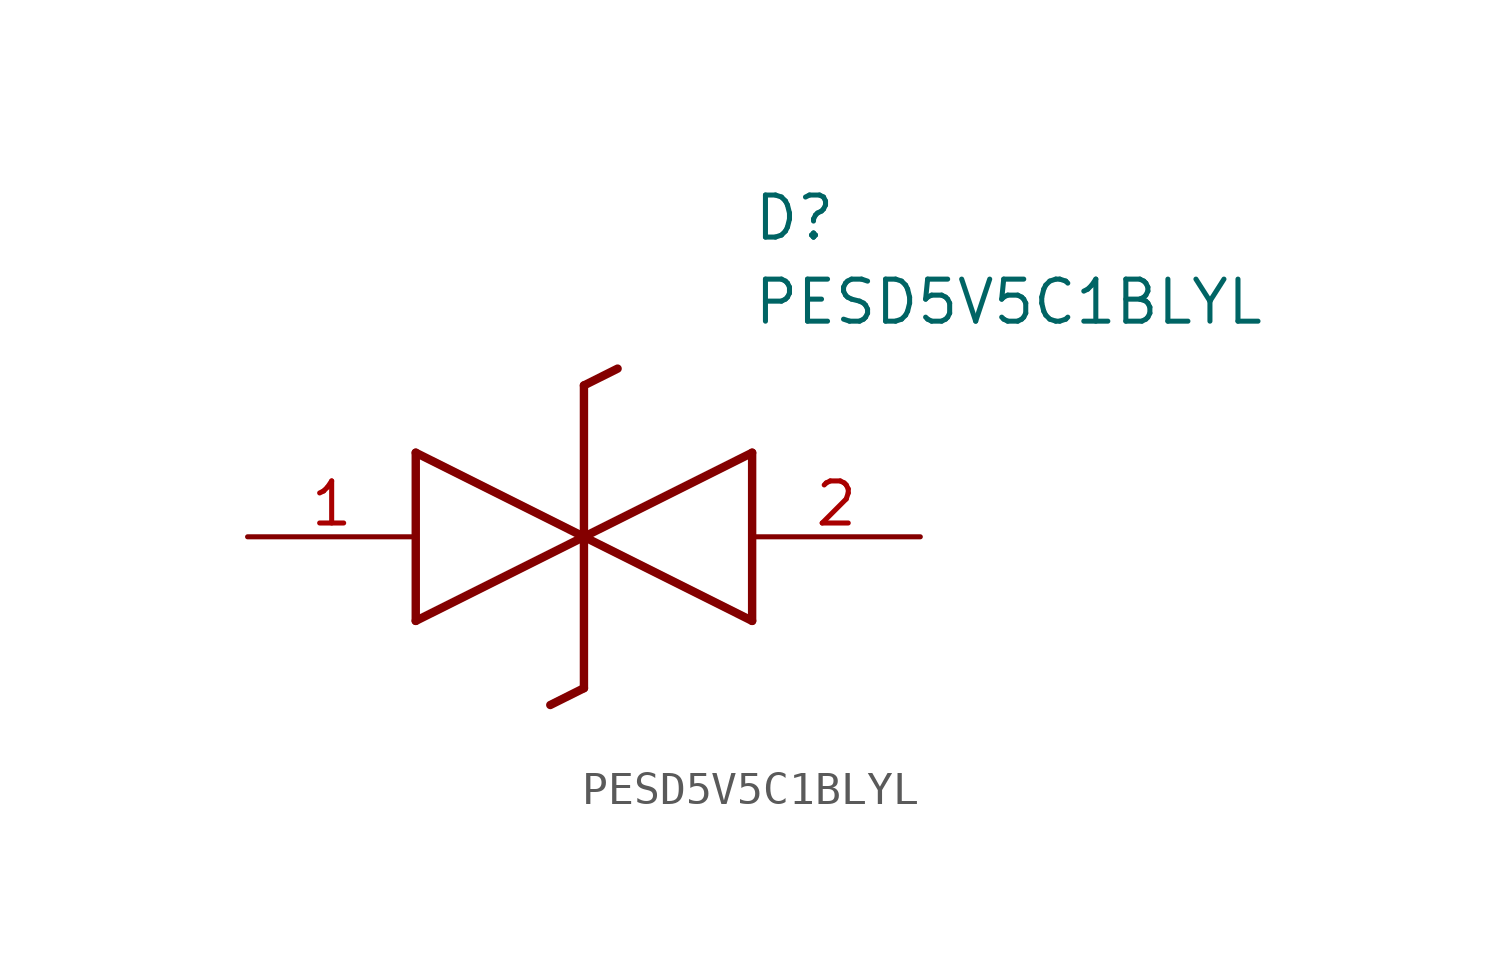
<source format=kicad_sym>
(kicad_symbol_lib
  (version 20211014)
  (generator SamacSys_ECAD_Model)
  (symbol "PESD5V5C1BLYL"
    (pin_names hide)
    (property "Reference" "D"
      (at 15.24 8.89 0)
      (effects (font (size 1.27 1.27)) (justify left bottom)))
    (property "Value" "PESD5V5C1BLYL"
      (at 15.24 6.35 0)
      (effects (font (size 1.27 1.27)) (justify left bottom)))
    (polyline
      (pts (xy 10.16 0) (xy 5.08 -2.54))
      (stroke (width 0.254) (type default))
      (fill (type none)))
    (polyline
      (pts (xy 5.08 2.54) (xy 5.08 -2.54))
      (stroke (width 0.254) (type default))
      (fill (type none)))
    (polyline
      (pts (xy 5.08 2.54) (xy 10.16 0))
      (stroke (width 0.254) (type default))
      (fill (type none)))
    (polyline
      (pts (xy 10.16 0) (xy 15.24 -2.54))
      (stroke (width 0.254) (type default))
      (fill (type none)))
    (polyline
      (pts (xy 15.24 2.54) (xy 15.24 -2.54))
      (stroke (width 0.254) (type default))
      (fill (type none)))
    (polyline
      (pts (xy 15.24 2.54) (xy 10.16 0))
      (stroke (width 0.254) (type default))
      (fill (type none)))
    (polyline
      (pts (xy 10.16 -4.572) (xy 10.16 4.572))
      (stroke (width 0.254) (type default))
      (fill (type none)))
    (polyline
      (pts (xy 11.176 5.08) (xy 10.16 4.572))
      (stroke (width 0.254) (type default))
      (fill (type none)))
    (polyline
      (pts (xy 10.16 -4.572) (xy 9.144 -5.08))
      (stroke (width 0.254) (type default))
      (fill (type none)))
    (pin passive line
      (at 0 0 0)
      (length 5.08)
      (name "K1" (effects (font (size 1.27 1.27))))
      (number "1" (effects (font (size 1.27 1.27)))))
    (pin passive line
      (at 20.32 0 180)
      (length 5.08)
      (name "K2" (effects (font (size 1.27 1.27))))
      (number "2" (effects (font (size 1.27 1.27)))))))
</source>
